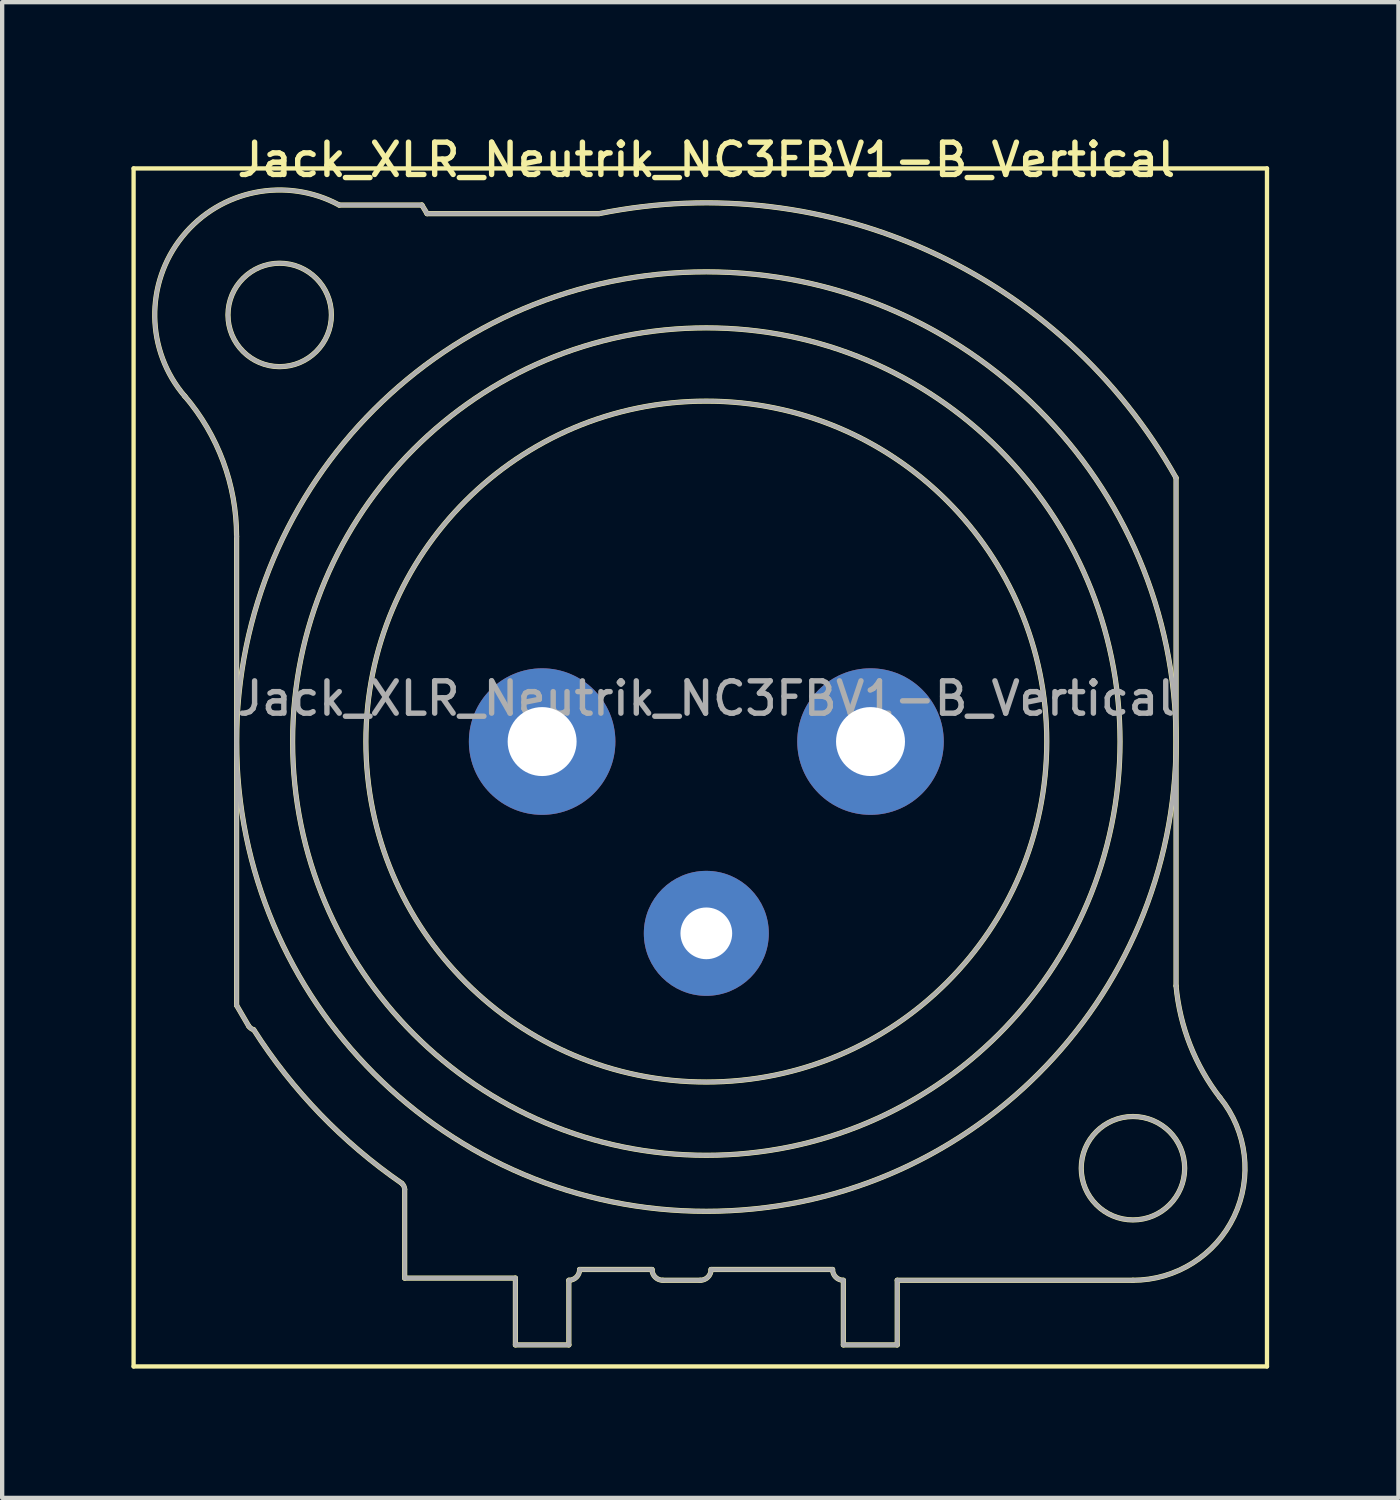
<source format=kicad_pcb>
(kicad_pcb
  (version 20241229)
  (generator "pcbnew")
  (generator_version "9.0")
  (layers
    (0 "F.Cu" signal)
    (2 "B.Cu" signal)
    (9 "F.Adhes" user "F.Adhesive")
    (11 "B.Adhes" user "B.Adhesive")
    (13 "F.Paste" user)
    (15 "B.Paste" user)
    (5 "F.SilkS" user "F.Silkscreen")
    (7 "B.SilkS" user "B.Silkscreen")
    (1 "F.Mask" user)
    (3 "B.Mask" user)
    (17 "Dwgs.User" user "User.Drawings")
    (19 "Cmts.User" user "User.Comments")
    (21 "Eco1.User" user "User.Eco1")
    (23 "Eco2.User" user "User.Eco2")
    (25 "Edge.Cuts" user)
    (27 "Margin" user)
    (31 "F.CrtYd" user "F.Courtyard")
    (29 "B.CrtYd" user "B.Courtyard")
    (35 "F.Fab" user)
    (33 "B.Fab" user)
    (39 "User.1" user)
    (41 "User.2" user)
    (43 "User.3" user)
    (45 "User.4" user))
  (footprint "Jack_XLR_Neutrik_NC3FBV1-B_Vertical"
    (layer "F.Cu")
    (at 17.15 14.158)
    (property "Reference" "Jack_XLR_Neutrik_NC3FBV1-B_Vertical" (at -3.81 -13.5 0) (layer "F.SilkS") (effects (font (size 0.75 0.75) (thickness 0.125))))
    (attr through_hole)
    (fp_line (start -17.1 -13.3) (end 9.2 -13.3) (stroke (width 0.1) (type solid)) (layer "F.SilkS"))
    (fp_line (start -17.1 14.5) (end -17.1 -13.3) (stroke (width 0.1) (type solid)) (layer "F.SilkS"))
    (fp_line (start -14.71 -4.76) (end -14.71 6.12) (stroke (width 0.12) (type solid)) (layer "F.SilkS"))
    (fp_line (start -14.71 6.12) (end -14.43 6.6) (stroke (width 0.12) (type solid)) (layer "F.SilkS"))
    (fp_line (start -10.81 10.39) (end -10.81 12.45) (stroke (width 0.12) (type solid)) (layer "F.SilkS"))
    (fp_line (start -10.81 12.45) (end -8.24 12.45) (stroke (width 0.12) (type solid)) (layer "F.SilkS"))
    (fp_line (start -10.41 -12.45) (end -12.33 -12.45) (stroke (width 0.12) (type solid)) (layer "F.SilkS"))
    (fp_line (start -10.29 -12.25) (end -10.41 -12.45) (stroke (width 0.12) (type solid)) (layer "F.SilkS"))
    (fp_line (start -8.24 12.45) (end -8.24 14) (stroke (width 0.12) (type solid)) (layer "F.SilkS"))
    (fp_line (start -7 14) (end -8.24 14) (stroke (width 0.12) (type solid)) (layer "F.SilkS"))
    (fp_line (start -7 14) (end -7 12.5) (stroke (width 0.12) (type solid)) (layer "F.SilkS"))
    (fp_line (start -6.75 12.25) (end -5.07 12.25) (stroke (width 0.12) (type solid)) (layer "F.SilkS"))
    (fp_line (start -6.3 -12.25) (end -10.29 -12.25) (stroke (width 0.12) (type solid)) (layer "F.SilkS"))
    (fp_line (start -4.82 12.5) (end -3.95 12.5) (stroke (width 0.12) (type solid)) (layer "F.SilkS"))
    (fp_line (start -3.7 12.25) (end -0.88 12.25) (stroke (width 0.12) (type solid)) (layer "F.SilkS"))
    (fp_line (start -0.63 12.5) (end -0.63 14) (stroke (width 0.12) (type solid)) (layer "F.SilkS"))
    (fp_line (start 0.62 12.5) (end 6.09 12.5) (stroke (width 0.12) (type solid)) (layer "F.SilkS"))
    (fp_line (start 0.62 14) (end -0.63 14) (stroke (width 0.12) (type solid)) (layer "F.SilkS"))
    (fp_line (start 0.62 14) (end 0.62 12.5) (stroke (width 0.12) (type solid)) (layer "F.SilkS"))
    (fp_line (start 7.09 5.67) (end 7.09 -6.12) (stroke (width 0.12) (type solid)) (layer "F.SilkS"))
    (fp_line (start 9.2 -13.3) (end 9.2 14.5) (stroke (width 0.1) (type solid)) (layer "F.SilkS"))
    (fp_line (start 9.2 14.5) (end -17.1 14.5) (stroke (width 0.1) (type solid)) (layer "F.SilkS"))
    (fp_arc (start -15.916051 -8.020379) (mid -15.021177 -6.498148) (end -14.71 -4.76) (stroke (width 0.12) (type solid)) (layer "F.SilkS"))
    (fp_arc (start -15.908884 -8.010077) (mid -15.967404 -11.719623) (end -12.33 -12.45) (stroke (width 0.12) (type solid)) (layer "F.SilkS"))
    (fp_arc (start -14.313753 6.685219) (mid -14.379716 6.653303) (end -14.43 6.6) (stroke (width 0.12) (type solid)) (layer "F.SilkS"))
    (fp_arc (start -10.879208 10.248532) (mid -12.772983 8.641241) (end -14.31 6.69) (stroke (width 0.12) (type solid)) (layer "F.SilkS"))
    (fp_arc (start -10.874359 10.252686) (mid -10.828679 10.315015) (end -10.81 10.39) (stroke (width 0.12) (type solid)) (layer "F.SilkS"))
    (fp_arc (start -6.75 12.25) (mid -6.823223 12.426777) (end -7 12.5) (stroke (width 0.12) (type solid)) (layer "F.SilkS"))
    (fp_arc (start -6.283571 -12.253402) (mid 1.401126 -11.362596) (end 7.09 -6.12) (stroke (width 0.12) (type solid)) (layer "F.SilkS"))
    (fp_arc (start -4.82 12.5) (mid -4.996777 12.426777) (end -5.07 12.25) (stroke (width 0.12) (type solid)) (layer "F.SilkS"))
    (fp_arc (start -3.7 12.25) (mid -3.773223 12.426777) (end -3.95 12.5) (stroke (width 0.12) (type solid)) (layer "F.SilkS"))
    (fp_arc (start -0.63 12.5) (mid -0.806777 12.426777) (end -0.88 12.25) (stroke (width 0.12) (type solid)) (layer "F.SilkS"))
    (fp_arc (start 8.110579 8.263767) (mid 8.436721 11.019329) (end 6.09 12.5) (stroke (width 0.12) (type solid)) (layer "F.SilkS"))
    (fp_arc (start 8.111727 8.266808) (mid 7.416073 7.041111) (end 7.09 5.67) (stroke (width 0.12) (type solid)) (layer "F.SilkS"))
    (fp_circle (center -13.71 -9.9) (end -12.51 -9.9) (stroke (width 0.12) (type solid)) (fill no) (layer "F.SilkS"))
    (fp_circle (center -3.81 0) (end 4.09 0) (stroke (width 0.12) (type solid)) (fill no) (layer "F.SilkS"))
    (fp_circle (center -3.81 0) (end 5.79 0) (stroke (width 0.12) (type solid)) (fill no) (layer "F.SilkS"))
    (fp_circle (center -3.81 0) (end 7.09 0) (stroke (width 0.12) (type solid)) (fill no) (layer "F.SilkS"))
    (fp_circle (center 6.09 9.9) (end 7.29 9.9) (stroke (width 0.12) (type solid)) (fill no) (layer "F.SilkS"))
    (fp_line (start -14.71 -4.76) (end -14.71 6.12) (stroke (width 0.1) (type solid)) (layer "F.Fab"))
    (fp_line (start -14.71 6.12) (end -14.43 6.6) (stroke (width 0.1) (type solid)) (layer "F.Fab"))
    (fp_line (start -10.81 10.39) (end -10.81 12.45) (stroke (width 0.1) (type solid)) (layer "F.Fab"))
    (fp_line (start -10.81 12.45) (end -8.24 12.45) (stroke (width 0.1) (type solid)) (layer "F.Fab"))
    (fp_line (start -10.41 -12.45) (end -12.33 -12.45) (stroke (width 0.1) (type solid)) (layer "F.Fab"))
    (fp_line (start -10.29 -12.25) (end -10.41 -12.45) (stroke (width 0.1) (type solid)) (layer "F.Fab"))
    (fp_line (start -8.24 12.45) (end -8.24 14) (stroke (width 0.1) (type solid)) (layer "F.Fab"))
    (fp_line (start -7 14) (end -8.24 14) (stroke (width 0.1) (type solid)) (layer "F.Fab"))
    (fp_line (start -7 14) (end -7 12.5) (stroke (width 0.1) (type solid)) (layer "F.Fab"))
    (fp_line (start -6.75 12.25) (end -5.07 12.25) (stroke (width 0.1) (type solid)) (layer "F.Fab"))
    (fp_line (start -6.3 -12.25) (end -10.29 -12.25) (stroke (width 0.1) (type solid)) (layer "F.Fab"))
    (fp_line (start -4.82 12.5) (end -3.95 12.5) (stroke (width 0.1) (type solid)) (layer "F.Fab"))
    (fp_line (start -3.7 12.25) (end -0.88 12.25) (stroke (width 0.1) (type solid)) (layer "F.Fab"))
    (fp_line (start -0.63 12.5) (end -0.63 14) (stroke (width 0.1) (type solid)) (layer "F.Fab"))
    (fp_line (start 0.62 12.5) (end 6.09 12.5) (stroke (width 0.1) (type solid)) (layer "F.Fab"))
    (fp_line (start 0.62 14) (end -0.63 14) (stroke (width 0.1) (type solid)) (layer "F.Fab"))
    (fp_line (start 0.62 14) (end 0.62 12.5) (stroke (width 0.1) (type solid)) (layer "F.Fab"))
    (fp_line (start 7.09 5.67) (end 7.09 -6.12) (stroke (width 0.1) (type solid)) (layer "F.Fab"))
    (fp_arc (start -15.916051 -8.020379) (mid -15.021177 -6.498148) (end -14.71 -4.76) (stroke (width 0.1) (type solid)) (layer "F.Fab"))
    (fp_arc (start -15.908884 -8.010077) (mid -15.967404 -11.719623) (end -12.33 -12.45) (stroke (width 0.1) (type solid)) (layer "F.Fab"))
    (fp_arc (start -14.313753 6.685219) (mid -14.379716 6.653303) (end -14.43 6.6) (stroke (width 0.1) (type solid)) (layer "F.Fab"))
    (fp_arc (start -10.879208 10.248532) (mid -12.772983 8.641241) (end -14.31 6.69) (stroke (width 0.1) (type solid)) (layer "F.Fab"))
    (fp_arc (start -10.874359 10.252686) (mid -10.828679 10.315015) (end -10.81 10.39) (stroke (width 0.1) (type solid)) (layer "F.Fab"))
    (fp_arc (start -6.75 12.25) (mid -6.823223 12.426777) (end -7 12.5) (stroke (width 0.1) (type solid)) (layer "F.Fab"))
    (fp_arc (start -6.283571 -12.253402) (mid 1.401126 -11.362596) (end 7.09 -6.12) (stroke (width 0.1) (type solid)) (layer "F.Fab"))
    (fp_arc (start -4.82 12.5) (mid -4.996777 12.426777) (end -5.07 12.25) (stroke (width 0.1) (type solid)) (layer "F.Fab"))
    (fp_arc (start -3.7 12.25) (mid -3.773223 12.426777) (end -3.95 12.5) (stroke (width 0.1) (type solid)) (layer "F.Fab"))
    (fp_arc (start -0.63 12.5) (mid -0.806777 12.426777) (end -0.88 12.25) (stroke (width 0.1) (type solid)) (layer "F.Fab"))
    (fp_arc (start 8.110579 8.263767) (mid 8.436721 11.019329) (end 6.09 12.5) (stroke (width 0.1) (type solid)) (layer "F.Fab"))
    (fp_arc (start 8.111727 8.266808) (mid 7.416073 7.041111) (end 7.09 5.67) (stroke (width 0.1) (type solid)) (layer "F.Fab"))
    (fp_circle (center -13.71 -9.9) (end -12.51 -9.9) (stroke (width 0.1) (type solid)) (fill no) (layer "F.Fab"))
    (fp_circle (center -3.81 0) (end 4.09 0) (stroke (width 0.1) (type solid)) (fill no) (layer "F.Fab"))
    (fp_circle (center -3.81 0) (end 5.79 0) (stroke (width 0.1) (type solid)) (fill no) (layer "F.Fab"))
    (fp_circle (center -3.81 0) (end 7.09 0) (stroke (width 0.1) (type solid)) (fill no) (layer "F.Fab"))
    (fp_circle (center 6.09 9.9) (end 7.29 9.9) (stroke (width 0.1) (type solid)) (fill no) (layer "F.Fab"))
    (fp_text user "${REFERENCE}" (at -3.81 -1 0) (layer "F.Fab") (effects (font (size 0.75 0.75) (thickness 0.125))))
    (pad "1" thru_hole circle (at 0 0) (size 3.4 3.4) (drill 1.6) (layers "*.Cu" "*.Mask"))
    (pad "2" thru_hole circle (at -7.62 0) (size 3.4 3.4) (drill 1.6) (layers "*.Cu" "*.Mask"))
    (pad "3" thru_hole circle (at -3.81 4.45) (size 2.9 2.9) (drill 1.2) (layers "*.Cu" "*.Mask")))
  (gr_rect
    (start -3 -3)
    (end 29.4 31.708)
    (stroke (width 0.1) (type default))
    (fill no)
    (layer "Edge.Cuts")))
</source>
